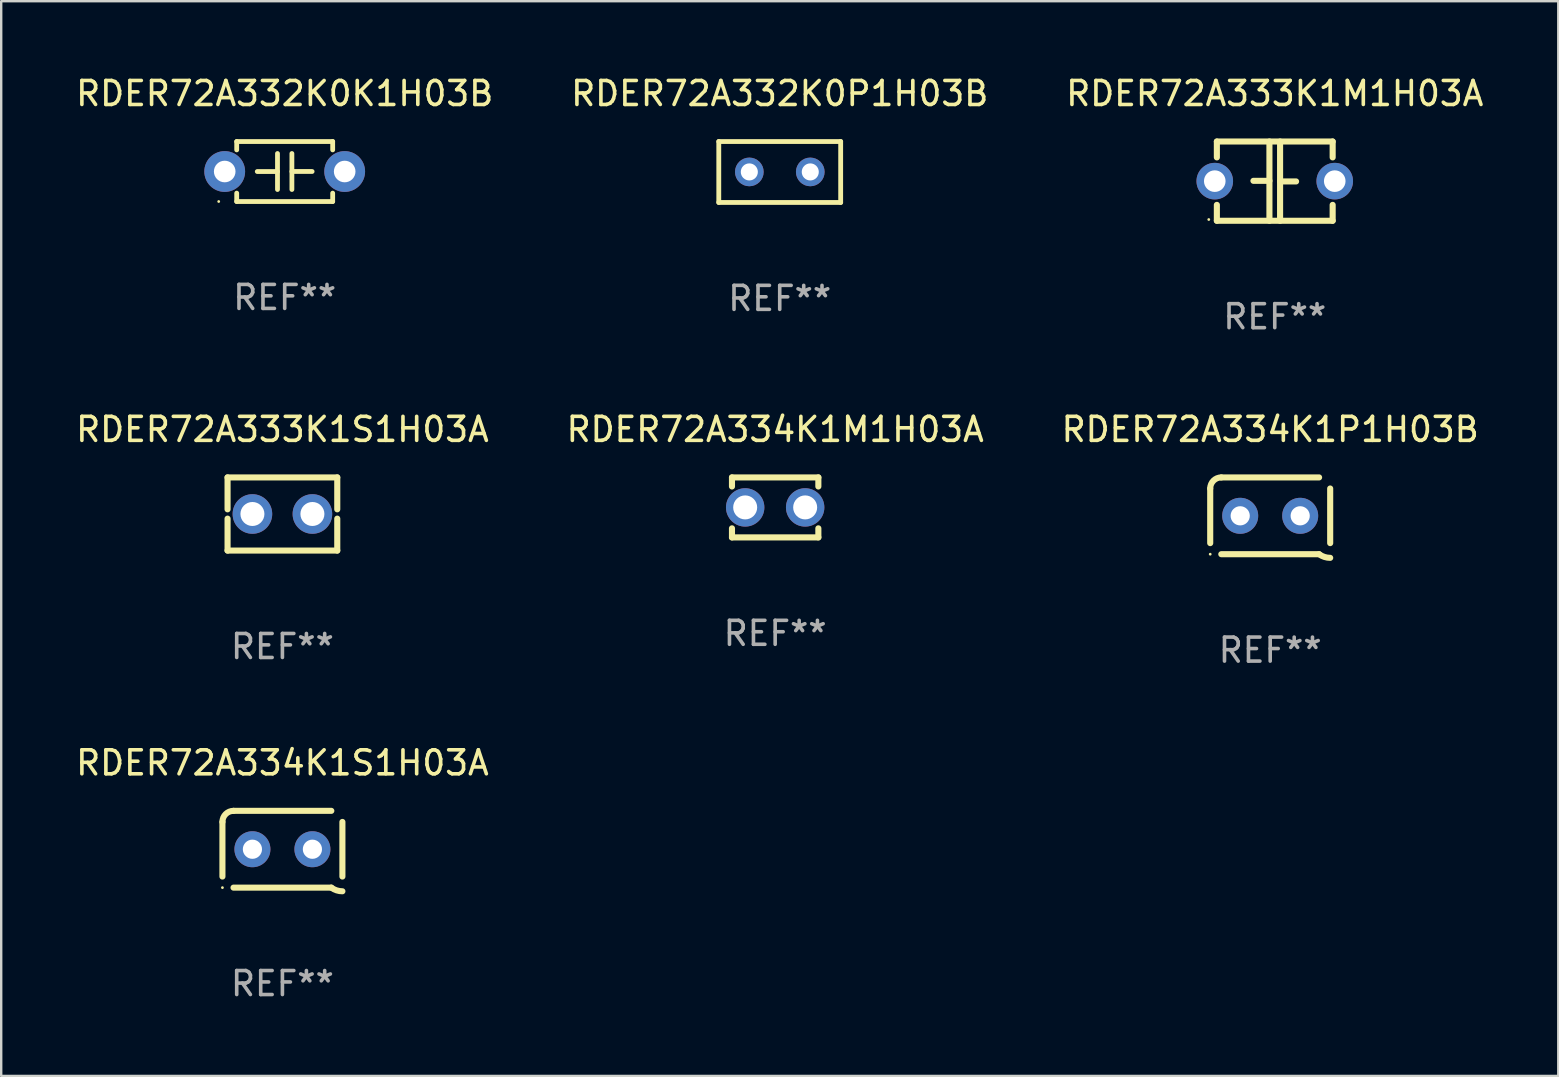
<source format=kicad_pcb>
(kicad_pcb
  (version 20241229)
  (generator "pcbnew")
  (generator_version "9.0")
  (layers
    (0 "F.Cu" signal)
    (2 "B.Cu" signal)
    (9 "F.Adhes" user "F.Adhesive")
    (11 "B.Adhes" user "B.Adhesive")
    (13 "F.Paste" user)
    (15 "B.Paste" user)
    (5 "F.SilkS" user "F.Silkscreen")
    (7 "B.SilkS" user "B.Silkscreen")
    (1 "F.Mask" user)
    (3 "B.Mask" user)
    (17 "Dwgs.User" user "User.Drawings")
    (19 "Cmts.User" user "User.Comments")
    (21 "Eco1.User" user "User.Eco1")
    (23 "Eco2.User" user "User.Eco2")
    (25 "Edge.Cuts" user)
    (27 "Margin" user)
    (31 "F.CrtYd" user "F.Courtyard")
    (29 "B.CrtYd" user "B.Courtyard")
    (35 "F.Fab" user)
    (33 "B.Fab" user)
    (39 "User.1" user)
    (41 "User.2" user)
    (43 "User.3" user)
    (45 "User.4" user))
  (footprint "RDER72A334K1S1H03A"
    (layer "F.Cu")
    (at 8.72 32.343)
    (property "Reference" "RDER72A334K1S1H03A" (at 0 -3.6 0) (layer "F.SilkS") (effects (font (size 1 1) (thickness 0.15))))
    (attr through_hole)
    (fp_line (start -2.5 1.138) (end -2.5 -1.138) (stroke (width 0.254) (type solid)) (layer "F.SilkS"))
    (fp_line (start -2.038 1.6) (end 2.038 1.6) (stroke (width 0.254) (type solid)) (layer "F.SilkS"))
    (fp_line (start 2.038 -1.6) (end -2.038 -1.6) (stroke (width 0.254) (type solid)) (layer "F.SilkS"))
    (fp_line (start 2.5 -1.138) (end 2.5 1.138) (stroke (width 0.254) (type solid)) (layer "F.SilkS"))
    (fp_arc (start -2.5 -1.137744) (mid -2.364601 -1.464626) (end -2.037719 -1.600025) (stroke (width 0.254001) (type solid)) (layer "F.SilkS"))
    (fp_arc (start -2.5 1.137719) (mid 2.500022 -1.137741) (end -2.5 1.137719) (stroke (width 0.254001) (type solid)) (layer "F.SilkS"))
    (fp_arc (start 2.5 1.751767) (mid 2.256726 1.712861) (end 2.037719 1.600025) (stroke (width 0.254001) (type solid)) (layer "F.SilkS"))
    (fp_circle (center -2.5 1.6) (end -2.47 1.6) (stroke (width 0.06) (type solid)) (fill no) (layer "F.SilkS"))
    (fp_text user "REF**" (at 0 5.6 0) (layer "F.Fab") (effects (font (size 1 1) (thickness 0.15))))
    (pad "1" thru_hole circle (at -1.25 -0.000076) (size 1.5 1.5) (drill 0.8) (layers "*.Cu" "*.Mask"))
    (pad "2" thru_hole circle (at 1.25 -0.000076) (size 1.5 1.5) (drill 0.8) (layers "*.Cu" "*.Mask")))
  (footprint "RDER72A334K1M1H03A"
    (layer "F.Cu")
    (at 29.256 18.097)
    (property "Reference" "RDER72A334K1M1H03A" (at 0 -3.25 0) (layer "F.SilkS") (effects (font (size 1 1) (thickness 0.15))))
    (attr through_hole)
    (fp_line (start -1.8 -1.25) (end -1.8 -0.872) (stroke (width 0.254) (type solid)) (layer "F.SilkS"))
    (fp_line (start -1.8 -1.25) (end 1.8 -1.25) (stroke (width 0.254) (type solid)) (layer "F.SilkS"))
    (fp_line (start -1.8 0.872) (end -1.8 1.25) (stroke (width 0.254) (type solid)) (layer "F.SilkS"))
    (fp_line (start -1.8 1.25) (end 1.8 1.25) (stroke (width 0.254) (type solid)) (layer "F.SilkS"))
    (fp_line (start 1.8 -1.25) (end 1.8 -0.872) (stroke (width 0.254) (type solid)) (layer "F.SilkS"))
    (fp_line (start 1.8 0.872) (end 1.8 1.25) (stroke (width 0.254) (type solid)) (layer "F.SilkS"))
    (fp_circle (center -1.8 1.25) (end -1.77 1.25) (stroke (width 0.06) (type solid)) (fill no) (layer "F.SilkS"))
    (fp_text user "REF**" (at 0 5.25 0) (layer "F.Fab") (effects (font (size 1 1) (thickness 0.15))))
    (pad "1" thru_hole circle (at -1.25 0) (size 1.6 1.6) (drill 1) (layers "*.Cu" "*.Mask"))
    (pad "2" thru_hole circle (at 1.25 0) (size 1.6 1.6) (drill 1) (layers "*.Cu" "*.Mask")))
  (footprint "RDER72A332K0P1H03B"
    (layer "F.Cu")
    (at 29.446 4.118)
    (property "Reference" "RDER72A332K0P1H03B" (at 0 -3.27 0) (layer "F.SilkS") (effects (font (size 1 1) (thickness 0.15))))
    (attr through_hole)
    (fp_line (start -2.54 -1.27) (end -2.54 1.27) (stroke (width 0.201) (type solid)) (layer "F.SilkS"))
    (fp_line (start -2.54 1.27) (end 2.54 1.27) (stroke (width 0.201) (type solid)) (layer "F.SilkS"))
    (fp_line (start 2.54 -1.27) (end -2.54 -1.27) (stroke (width 0.201) (type solid)) (layer "F.SilkS"))
    (fp_line (start 2.54 1.27) (end 2.54 -1.27) (stroke (width 0.201) (type solid)) (layer "F.SilkS"))
    (fp_circle (center -2.497 1.247) (end -2.467 1.247) (stroke (width 0.06) (type solid)) (fill no) (layer "F.SilkS"))
    (fp_text user "REF**" (at 0 5.27 0) (layer "F.Fab") (effects (font (size 1 1) (thickness 0.15))))
    (pad "1" thru_hole circle (at -1.267 -0.003) (size 1.194 1.194) (drill 0.711) (layers "*.Cu" "*.Mask"))
    (pad "2" thru_hole circle (at 1.273 -0.003) (size 1.194 1.194) (drill 0.711) (layers "*.Cu" "*.Mask")))
  (footprint "RDER72A333K1M1H03A"
    (layer "F.Cu")
    (at 50.077 4.499)
    (property "Reference" "RDER72A333K1M1H03A" (at 0 -3.651 0) (layer "F.SilkS") (effects (font (size 1 1) (thickness 0.15))))
    (attr through_hole)
    (fp_line (start -2.413 -1.651) (end 2.413 -1.651) (stroke (width 0.254) (type solid)) (layer "F.SilkS"))
    (fp_line (start -2.413 -0.989) (end -2.413 -1.651) (stroke (width 0.254) (type solid)) (layer "F.SilkS"))
    (fp_line (start -2.413 1.651) (end -2.413 0.989) (stroke (width 0.254) (type solid)) (layer "F.SilkS"))
    (fp_line (start -0.222 -0.013) (end -0.889 -0.013) (stroke (width 0.254) (type solid)) (layer "F.SilkS"))
    (fp_line (start -0.222 1.651) (end -0.222 -1.651) (stroke (width 0.254) (type solid)) (layer "F.SilkS"))
    (fp_line (start 0.222 -1.651) (end 0.222 1.651) (stroke (width 0.254) (type solid)) (layer "F.SilkS"))
    (fp_line (start 0.222 0.013) (end 0.889 0.013) (stroke (width 0.254) (type solid)) (layer "F.SilkS"))
    (fp_line (start 2.413 -1.651) (end 2.413 -0.989) (stroke (width 0.254) (type solid)) (layer "F.SilkS"))
    (fp_line (start 2.413 0.989) (end 2.413 1.651) (stroke (width 0.254) (type solid)) (layer "F.SilkS"))
    (fp_line (start 2.413 1.651) (end -2.413 1.651) (stroke (width 0.254) (type solid)) (layer "F.SilkS"))
    (fp_circle (center -2.75 1.6) (end -2.72 1.6) (stroke (width 0.06) (type solid)) (fill no) (layer "F.SilkS"))
    (fp_text user "REF**" (at 0 5.651 0) (layer "F.Fab") (effects (font (size 1 1) (thickness 0.15))))
    (pad "1" thru_hole circle (at -2.5 0) (size 1.524 1.524) (drill 0.9) (layers "*.Cu" "*.Mask"))
    (pad "2" thru_hole circle (at 2.5 0) (size 1.524 1.524) (drill 0.9) (layers "*.Cu" "*.Mask")))
  (footprint "RDER72A332K0K1H03B"
    (layer "F.Cu")
    (at 8.815 4.098)
    (property "Reference" "RDER72A332K0K1H03B" (at 0 -3.25 0) (layer "F.SilkS") (effects (font (size 1 1) (thickness 0.15))))
    (attr through_hole)
    (fp_line (start -2 -1.25) (end -2 -0.901) (stroke (width 0.2) (type solid)) (layer "F.SilkS"))
    (fp_line (start -2 -1.25) (end 2 -1.25) (stroke (width 0.2) (type solid)) (layer "F.SilkS"))
    (fp_line (start -2 0.901) (end -2 1.25) (stroke (width 0.2) (type solid)) (layer "F.SilkS"))
    (fp_line (start -0.3 -0.75) (end -0.3 0.75) (stroke (width 0.2) (type solid)) (layer "F.SilkS"))
    (fp_line (start -0.3 0.001) (end -1.143 0.001) (stroke (width 0.2) (type solid)) (layer "F.SilkS"))
    (fp_line (start 0.3 -0.001) (end 1.143 -0.001) (stroke (width 0.2) (type solid)) (layer "F.SilkS"))
    (fp_line (start 0.3 0.75) (end 0.3 -0.75) (stroke (width 0.2) (type solid)) (layer "F.SilkS"))
    (fp_line (start 2 -1.25) (end 2 -0.901) (stroke (width 0.2) (type solid)) (layer "F.SilkS"))
    (fp_line (start 2 0.901) (end 2 1.25) (stroke (width 0.2) (type solid)) (layer "F.SilkS"))
    (fp_line (start 2 1.25) (end -2 1.25) (stroke (width 0.2) (type solid)) (layer "F.SilkS"))
    (fp_circle (center -2.75 1.25) (end -2.72 1.25) (stroke (width 0.06) (type solid)) (fill no) (layer "F.SilkS"))
    (fp_text user "REF**" (at 0 5.25 0) (layer "F.Fab") (effects (font (size 1 1) (thickness 0.15))))
    (pad "1" thru_hole circle (at -2.5 0) (size 1.7 1.7) (drill 0.9) (layers "*.Cu" "*.Mask"))
    (pad "2" thru_hole circle (at 2.5 0) (size 1.7 1.7) (drill 0.9) (layers "*.Cu" "*.Mask")))
  (footprint "RDER72A333K1S1H03A"
    (layer "F.Cu")
    (at 8.72 18.371)
    (property "Reference" "RDER72A333K1S1H03A" (at 0 -3.524 0) (layer "F.SilkS") (effects (font (size 1 1) (thickness 0.15))))
    (attr through_hole)
    (fp_line (start -2.286 -1.524) (end -2.286 -0.194) (stroke (width 0.254) (type solid)) (layer "F.SilkS"))
    (fp_line (start -2.286 0.194) (end -2.286 1.524) (stroke (width 0.254) (type solid)) (layer "F.SilkS"))
    (fp_line (start -2.286 1.524) (end 2.286 1.524) (stroke (width 0.254) (type solid)) (layer "F.SilkS"))
    (fp_line (start 2.286 -1.524) (end -2.286 -1.524) (stroke (width 0.254) (type solid)) (layer "F.SilkS"))
    (fp_line (start 2.286 -0.194) (end 2.286 -1.524) (stroke (width 0.254) (type solid)) (layer "F.SilkS"))
    (fp_line (start 2.286 1.524) (end 2.286 0.194) (stroke (width 0.254) (type solid)) (layer "F.SilkS"))
    (fp_circle (center -2.25 1.575) (end -2.22 1.575) (stroke (width 0.06) (type solid)) (fill no) (layer "F.SilkS"))
    (fp_text user "REF**" (at 0 5.524 0) (layer "F.Fab") (effects (font (size 1 1) (thickness 0.15))))
    (pad "1" thru_hole circle (at -1.25 0) (size 1.65 1.65) (drill 1) (layers "*.Cu" "*.Mask"))
    (pad "2" thru_hole circle (at 1.25 0) (size 1.65 1.65) (drill 1) (layers "*.Cu" "*.Mask")))
  (footprint "RDER72A334K1P1H03B"
    (layer "F.Cu")
    (at 49.887 18.447)
    (property "Reference" "RDER72A334K1P1H03B" (at 0 -3.6 0) (layer "F.SilkS") (effects (font (size 1 1) (thickness 0.15))))
    (attr through_hole)
    (fp_line (start -2.5 1.138) (end -2.5 -1.138) (stroke (width 0.254) (type solid)) (layer "F.SilkS"))
    (fp_line (start -2.038 1.6) (end 2.038 1.6) (stroke (width 0.254) (type solid)) (layer "F.SilkS"))
    (fp_line (start 2.038 -1.6) (end -2.038 -1.6) (stroke (width 0.254) (type solid)) (layer "F.SilkS"))
    (fp_line (start 2.5 -1.138) (end 2.5 1.138) (stroke (width 0.254) (type solid)) (layer "F.SilkS"))
    (fp_arc (start -2.5 -1.137744) (mid -2.364601 -1.464626) (end -2.037719 -1.600025) (stroke (width 0.254001) (type solid)) (layer "F.SilkS"))
    (fp_arc (start -2.5 1.137719) (mid 2.500022 -1.137741) (end -2.5 1.137719) (stroke (width 0.254001) (type solid)) (layer "F.SilkS"))
    (fp_arc (start 2.5 1.751767) (mid 2.256726 1.712861) (end 2.037719 1.600025) (stroke (width 0.254001) (type solid)) (layer "F.SilkS"))
    (fp_circle (center -2.5 1.6) (end -2.47 1.6) (stroke (width 0.06) (type solid)) (fill no) (layer "F.SilkS"))
    (fp_text user "REF**" (at 0 5.6 0) (layer "F.Fab") (effects (font (size 1 1) (thickness 0.15))))
    (pad "1" thru_hole circle (at -1.25 -0.000076) (size 1.5 1.5) (drill 0.8) (layers "*.Cu" "*.Mask"))
    (pad "2" thru_hole circle (at 1.25 -0.000076) (size 1.5 1.5) (drill 0.8) (layers "*.Cu" "*.Mask")))
  (gr_rect
    (start -3 -3)
    (end 61.893 41.792)
    (stroke (width 0.1) (type default))
    (fill no)
    (layer "Edge.Cuts")))
</source>
